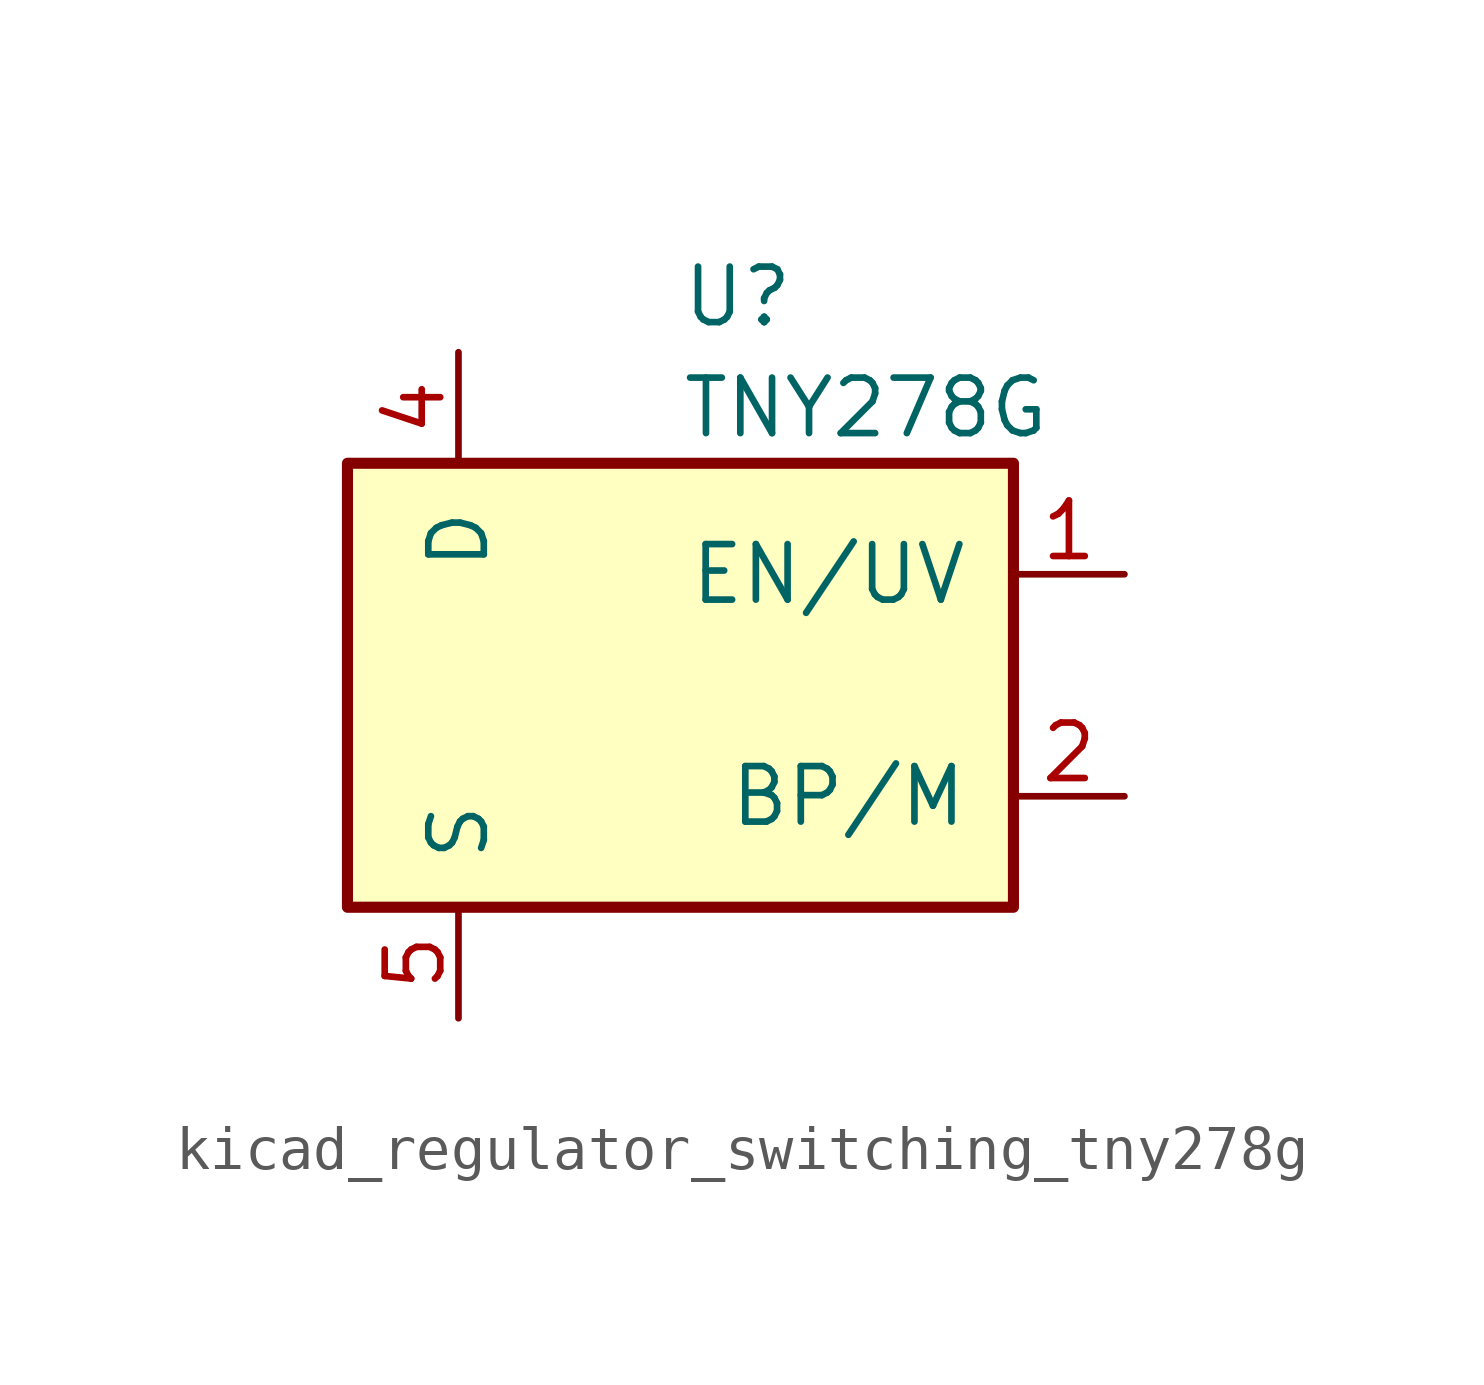
<source format=kicad_sym>
(kicad_symbol_lib
  (version 20220914)
  (generator kicad_symbol_editor)
  (symbol "kicad_regulator_switching_tny278g"
    (pin_names
      (offset 1.016))
    (property "Reference" "U"
      (at 0 8.89 0)
      (effects (font (size 1.27 1.27)) (justify left)))
    (property "Value" "TNY278G"
      (at 0 6.35 0)
      (effects (font (size 1.27 1.27)) (justify left)))
    (symbol "kicad_regulator_switching_tny278g_0_1"
      (rectangle (start -7.62 5.08) (end 7.62 -5.08) (stroke (width 0.254) (type default)) (fill (type background))))
    (symbol "kicad_regulator_switching_tny278g_1_1"
      (pin input line (at 10.16 2.54 180) (length 2.54) (name "EN/UV" (effects (font (size 1.27 1.27)))) (number "1" (effects (font (size 1.27 1.27)))))
      (pin input line (at 10.16 -2.54 180) (length 2.54) (name "BP/M" (effects (font (size 1.27 1.27)))) (number "2" (effects (font (size 1.27 1.27)))))
      (pin open_collector line (at -5.08 7.62 270) (length 2.54) (name "D" (effects (font (size 1.27 1.27)))) (number "4" (effects (font (size 1.27 1.27)))))
      (pin power_in line (at -5.08 -7.62 90) (length 2.54) (name "S" (effects (font (size 1.27 1.27)))) (number "5" (effects (font (size 1.27 1.27)))))
      (pin passive line (at -5.08 -7.62 90) (length 2.54) hide (name "S" (effects (font (size 1.27 1.27)))) (number "6" (effects (font (size 1.27 1.27)))))
      (pin passive line (at -5.08 -7.62 90) (length 2.54) hide (name "S" (effects (font (size 1.27 1.27)))) (number "7" (effects (font (size 1.27 1.27)))))
      (pin passive line (at -5.08 -7.62 90) (length 2.54) hide (name "S" (effects (font (size 1.27 1.27)))) (number "8" (effects (font (size 1.27 1.27))))))))
</source>
